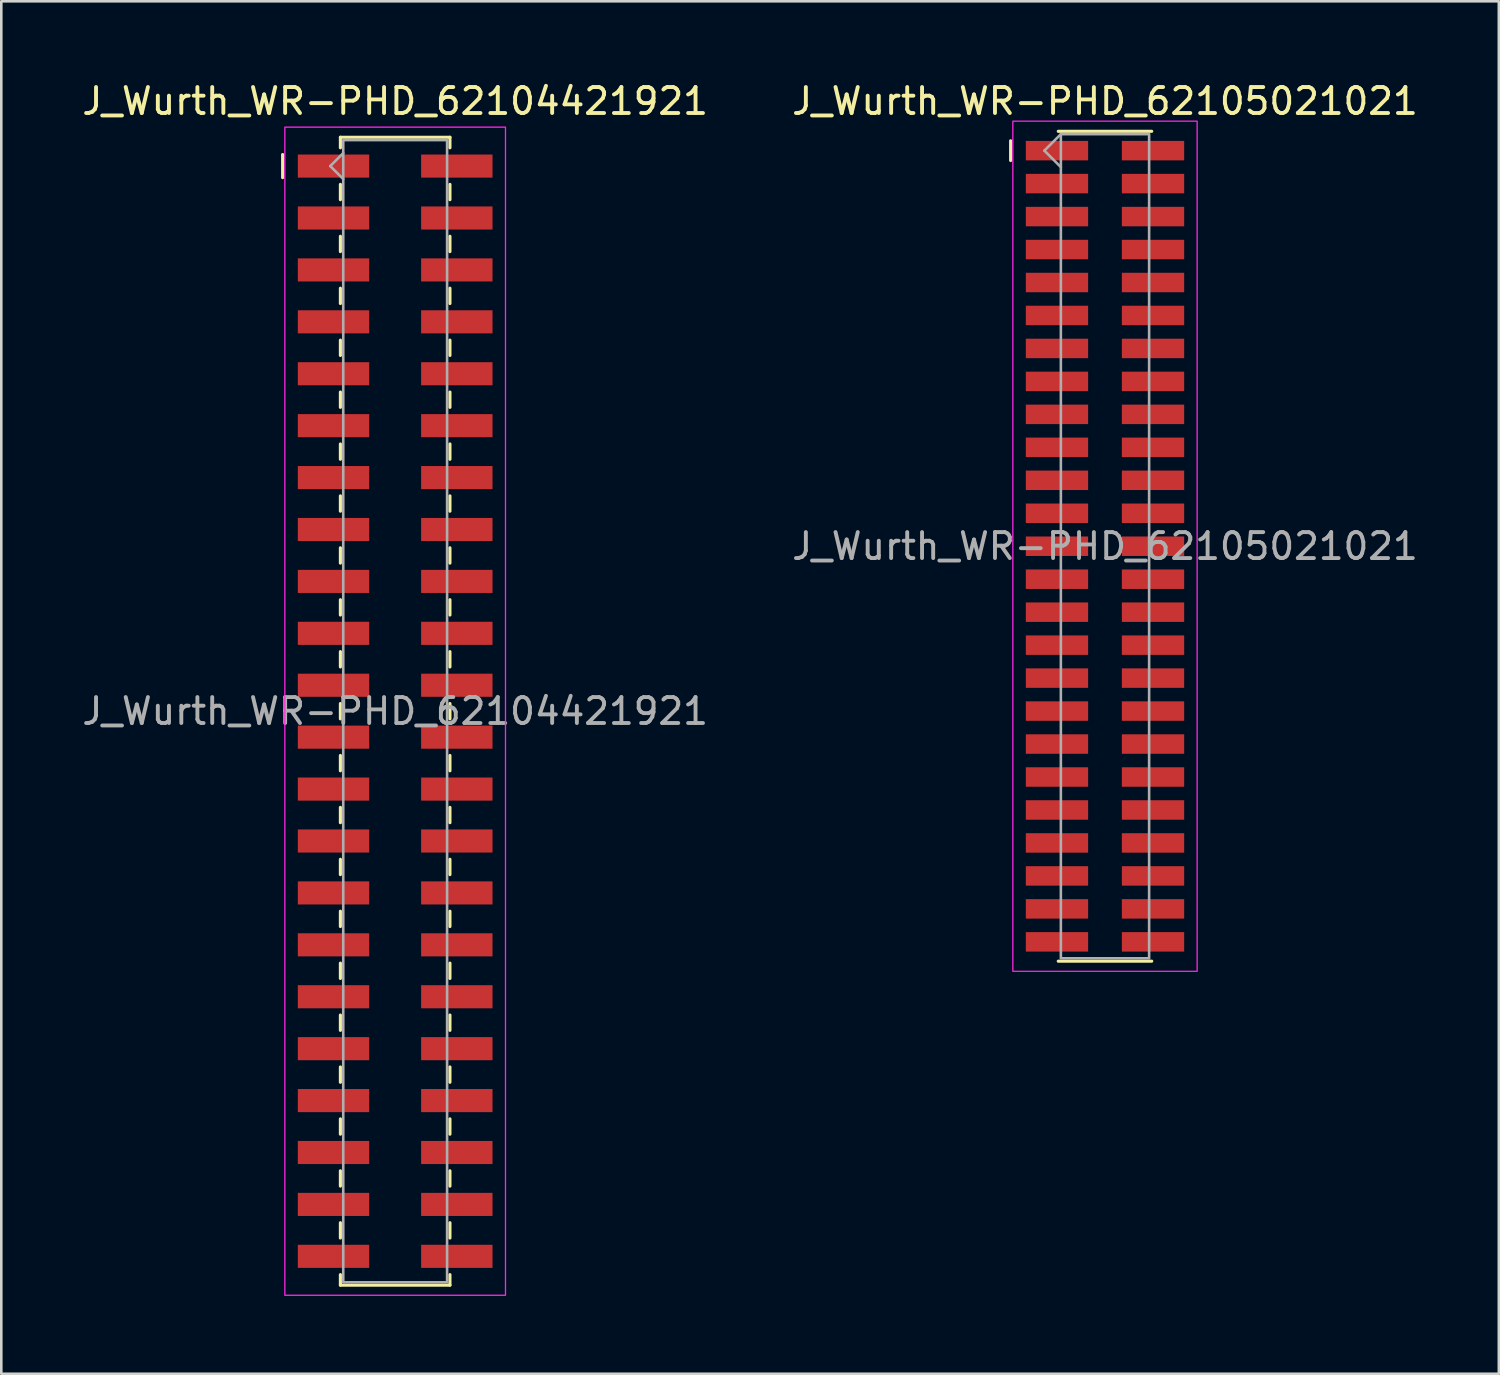
<source format=kicad_pcb>
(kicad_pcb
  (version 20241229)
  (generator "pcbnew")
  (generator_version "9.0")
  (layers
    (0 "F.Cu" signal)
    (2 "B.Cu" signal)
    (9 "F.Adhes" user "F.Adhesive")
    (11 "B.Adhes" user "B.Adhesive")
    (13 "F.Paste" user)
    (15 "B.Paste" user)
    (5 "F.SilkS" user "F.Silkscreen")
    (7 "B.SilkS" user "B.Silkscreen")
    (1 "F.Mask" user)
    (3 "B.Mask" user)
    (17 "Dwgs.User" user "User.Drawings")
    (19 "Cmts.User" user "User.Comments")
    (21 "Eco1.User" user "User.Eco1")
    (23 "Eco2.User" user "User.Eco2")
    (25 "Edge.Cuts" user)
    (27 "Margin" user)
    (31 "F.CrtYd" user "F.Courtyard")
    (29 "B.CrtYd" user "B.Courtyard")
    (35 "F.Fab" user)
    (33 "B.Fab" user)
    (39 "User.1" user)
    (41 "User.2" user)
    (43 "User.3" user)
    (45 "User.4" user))
  (footprint "J_Wurth_WR-PHD_62105021021"
    (layer "F.Cu")
    (at 39.518 17.993)
    (property "Reference" "J_Wurth_WR-PHD_62105021021" (at 0 -17.145 0) (unlocked yes) (layer "F.SilkS") (effects (font (size 1 1) (thickness 0.15))))
    (attr smd)
    (fp_line (start -3.635 -15.62) (end -3.635 -14.86) (stroke (width 0.12) (type solid)) (layer "F.SilkS"))
    (fp_line (start 1.8 -15.985) (end -1.8 -15.985) (stroke (width 0.12) (type solid)) (layer "F.SilkS"))
    (fp_line (start 1.8 15.985) (end -1.8 15.985) (stroke (width 0.12) (type solid)) (layer "F.SilkS"))
    (fp_rect (start -3.55 -16.375) (end 3.55 16.375) (stroke (width 0.05) (type solid)) (fill no) (layer "F.CrtYd"))
    (fp_line (start -2.335 -15.24) (end -1.7 -14.605) (stroke (width 0.1) (type default)) (layer "F.Fab"))
    (fp_line (start -1.7 -15.875) (end -2.335 -15.24) (stroke (width 0.1) (type default)) (layer "F.Fab"))
    (fp_rect (start -1.7 -15.875) (end 1.7 15.875) (stroke (width 0.1) (type solid)) (fill no) (layer "F.Fab"))
    (fp_text user "${REFERENCE}" (at 0 0 0) (unlocked yes) (layer "F.Fab") (effects (font (size 1 1) (thickness 0.15))))
    (pad "1" smd rect (at -1.85 -15.24 270) (size 0.75 2.4) (layers "F.Cu" "F.Mask" "F.Paste"))
    (pad "2" smd rect (at 1.85 -15.24 270) (size 0.75 2.4) (layers "F.Cu" "F.Mask" "F.Paste"))
    (pad "3" smd rect (at -1.85 -13.97 270) (size 0.75 2.4) (layers "F.Cu" "F.Mask" "F.Paste"))
    (pad "4" smd rect (at 1.85 -13.97 270) (size 0.75 2.4) (layers "F.Cu" "F.Mask" "F.Paste"))
    (pad "5" smd rect (at -1.85 -12.7 270) (size 0.75 2.4) (layers "F.Cu" "F.Mask" "F.Paste"))
    (pad "6" smd rect (at 1.85 -12.7 270) (size 0.75 2.4) (layers "F.Cu" "F.Mask" "F.Paste"))
    (pad "7" smd rect (at -1.85 -11.43 270) (size 0.75 2.4) (layers "F.Cu" "F.Mask" "F.Paste"))
    (pad "8" smd rect (at 1.85 -11.43 270) (size 0.75 2.4) (layers "F.Cu" "F.Mask" "F.Paste"))
    (pad "9" smd rect (at -1.85 -10.16 270) (size 0.75 2.4) (layers "F.Cu" "F.Mask" "F.Paste"))
    (pad "10" smd rect (at 1.85 -10.16 270) (size 0.75 2.4) (layers "F.Cu" "F.Mask" "F.Paste"))
    (pad "11" smd rect (at -1.85 -8.89 270) (size 0.75 2.4) (layers "F.Cu" "F.Mask" "F.Paste"))
    (pad "12" smd rect (at 1.85 -8.89 270) (size 0.75 2.4) (layers "F.Cu" "F.Mask" "F.Paste"))
    (pad "13" smd rect (at -1.85 -7.62 270) (size 0.75 2.4) (layers "F.Cu" "F.Mask" "F.Paste"))
    (pad "14" smd rect (at 1.85 -7.62 270) (size 0.75 2.4) (layers "F.Cu" "F.Mask" "F.Paste"))
    (pad "15" smd rect (at -1.85 -6.35 270) (size 0.75 2.4) (layers "F.Cu" "F.Mask" "F.Paste"))
    (pad "16" smd rect (at 1.85 -6.35 270) (size 0.75 2.4) (layers "F.Cu" "F.Mask" "F.Paste"))
    (pad "17" smd rect (at -1.85 -5.08 270) (size 0.75 2.4) (layers "F.Cu" "F.Mask" "F.Paste"))
    (pad "18" smd rect (at 1.85 -5.08 270) (size 0.75 2.4) (layers "F.Cu" "F.Mask" "F.Paste"))
    (pad "19" smd rect (at -1.85 -3.81 270) (size 0.75 2.4) (layers "F.Cu" "F.Mask" "F.Paste"))
    (pad "20" smd rect (at 1.85 -3.81 270) (size 0.75 2.4) (layers "F.Cu" "F.Mask" "F.Paste"))
    (pad "21" smd rect (at -1.85 -2.54 270) (size 0.75 2.4) (layers "F.Cu" "F.Mask" "F.Paste"))
    (pad "22" smd rect (at 1.85 -2.54 270) (size 0.75 2.4) (layers "F.Cu" "F.Mask" "F.Paste"))
    (pad "23" smd rect (at -1.85 -1.27 270) (size 0.75 2.4) (layers "F.Cu" "F.Mask" "F.Paste"))
    (pad "24" smd rect (at 1.85 -1.27 270) (size 0.75 2.4) (layers "F.Cu" "F.Mask" "F.Paste"))
    (pad "25" smd rect (at -1.85 0 270) (size 0.75 2.4) (layers "F.Cu" "F.Mask" "F.Paste"))
    (pad "26" smd rect (at 1.85 0 270) (size 0.75 2.4) (layers "F.Cu" "F.Mask" "F.Paste"))
    (pad "27" smd rect (at -1.85 1.27 270) (size 0.75 2.4) (layers "F.Cu" "F.Mask" "F.Paste"))
    (pad "28" smd rect (at 1.85 1.27 270) (size 0.75 2.4) (layers "F.Cu" "F.Mask" "F.Paste"))
    (pad "29" smd rect (at -1.85 2.54 270) (size 0.75 2.4) (layers "F.Cu" "F.Mask" "F.Paste"))
    (pad "30" smd rect (at 1.85 2.54 270) (size 0.75 2.4) (layers "F.Cu" "F.Mask" "F.Paste"))
    (pad "31" smd rect (at -1.85 3.81 270) (size 0.75 2.4) (layers "F.Cu" "F.Mask" "F.Paste"))
    (pad "32" smd rect (at 1.85 3.81 270) (size 0.75 2.4) (layers "F.Cu" "F.Mask" "F.Paste"))
    (pad "33" smd rect (at -1.85 5.08 270) (size 0.75 2.4) (layers "F.Cu" "F.Mask" "F.Paste"))
    (pad "34" smd rect (at 1.85 5.08 270) (size 0.75 2.4) (layers "F.Cu" "F.Mask" "F.Paste"))
    (pad "35" smd rect (at -1.85 6.35 270) (size 0.75 2.4) (layers "F.Cu" "F.Mask" "F.Paste"))
    (pad "36" smd rect (at 1.85 6.35 270) (size 0.75 2.4) (layers "F.Cu" "F.Mask" "F.Paste"))
    (pad "37" smd rect (at -1.85 7.62 270) (size 0.75 2.4) (layers "F.Cu" "F.Mask" "F.Paste"))
    (pad "38" smd rect (at 1.85 7.62 270) (size 0.75 2.4) (layers "F.Cu" "F.Mask" "F.Paste"))
    (pad "39" smd rect (at -1.85 8.89 270) (size 0.75 2.4) (layers "F.Cu" "F.Mask" "F.Paste"))
    (pad "40" smd rect (at 1.85 8.89 270) (size 0.75 2.4) (layers "F.Cu" "F.Mask" "F.Paste"))
    (pad "41" smd rect (at -1.85 10.16 270) (size 0.75 2.4) (layers "F.Cu" "F.Mask" "F.Paste"))
    (pad "42" smd rect (at 1.85 10.16 270) (size 0.75 2.4) (layers "F.Cu" "F.Mask" "F.Paste"))
    (pad "43" smd rect (at -1.85 11.43 270) (size 0.75 2.4) (layers "F.Cu" "F.Mask" "F.Paste"))
    (pad "44" smd rect (at 1.85 11.43 270) (size 0.75 2.4) (layers "F.Cu" "F.Mask" "F.Paste"))
    (pad "45" smd rect (at -1.85 12.7 270) (size 0.75 2.4) (layers "F.Cu" "F.Mask" "F.Paste"))
    (pad "46" smd rect (at 1.85 12.7 270) (size 0.75 2.4) (layers "F.Cu" "F.Mask" "F.Paste"))
    (pad "47" smd rect (at -1.85 13.97 270) (size 0.75 2.4) (layers "F.Cu" "F.Mask" "F.Paste"))
    (pad "48" smd rect (at 1.85 13.97 270) (size 0.75 2.4) (layers "F.Cu" "F.Mask" "F.Paste"))
    (pad "49" smd rect (at -1.85 15.24 270) (size 0.75 2.4) (layers "F.Cu" "F.Mask" "F.Paste"))
    (pad "50" smd rect (at 1.85 15.24 270) (size 0.75 2.4) (layers "F.Cu" "F.Mask" "F.Paste")))
  (footprint "J_Wurth_WR-PHD_62104421921"
    (layer "F.Cu")
    (at 12.173 24.348)
    (property "Reference" "J_Wurth_WR-PHD_62104421921" (at 0 -23.5 0) (unlocked yes) (layer "F.SilkS") (effects (font (size 1 1) (thickness 0.15))))
    (attr smd)
    (fp_line (start -4.335 -21.445) (end -4.335 -20.555) (stroke (width 0.12) (type solid)) (layer "F.SilkS"))
    (fp_line (start -2.11 -22.11) (end -2.11 -21.705) (stroke (width 0.12) (type solid)) (layer "F.SilkS"))
    (fp_line (start -2.11 -20.295) (end -2.11 -19.705) (stroke (width 0.12) (type solid)) (layer "F.SilkS"))
    (fp_line (start -2.11 -18.295) (end -2.11 -17.705) (stroke (width 0.12) (type solid)) (layer "F.SilkS"))
    (fp_line (start -2.11 -16.295) (end -2.11 -15.705) (stroke (width 0.12) (type solid)) (layer "F.SilkS"))
    (fp_line (start -2.11 -14.295) (end -2.11 -13.705) (stroke (width 0.12) (type solid)) (layer "F.SilkS"))
    (fp_line (start -2.11 -12.295) (end -2.11 -11.705) (stroke (width 0.12) (type solid)) (layer "F.SilkS"))
    (fp_line (start -2.11 -10.295) (end -2.11 -9.705) (stroke (width 0.12) (type solid)) (layer "F.SilkS"))
    (fp_line (start -2.11 -8.295) (end -2.11 -7.705) (stroke (width 0.12) (type solid)) (layer "F.SilkS"))
    (fp_line (start -2.11 -6.295) (end -2.11 -5.705) (stroke (width 0.12) (type solid)) (layer "F.SilkS"))
    (fp_line (start -2.11 -4.295) (end -2.11 -3.705) (stroke (width 0.12) (type solid)) (layer "F.SilkS"))
    (fp_line (start -2.11 -2.295) (end -2.11 -1.705) (stroke (width 0.12) (type solid)) (layer "F.SilkS"))
    (fp_line (start -2.11 -0.295) (end -2.11 0.295) (stroke (width 0.12) (type solid)) (layer "F.SilkS"))
    (fp_line (start -2.11 1.705) (end -2.11 2.295) (stroke (width 0.12) (type solid)) (layer "F.SilkS"))
    (fp_line (start -2.11 3.705) (end -2.11 4.295) (stroke (width 0.12) (type solid)) (layer "F.SilkS"))
    (fp_line (start -2.11 5.705) (end -2.11 6.295) (stroke (width 0.12) (type solid)) (layer "F.SilkS"))
    (fp_line (start -2.11 7.705) (end -2.11 8.295) (stroke (width 0.12) (type solid)) (layer "F.SilkS"))
    (fp_line (start -2.11 9.705) (end -2.11 10.295) (stroke (width 0.12) (type solid)) (layer "F.SilkS"))
    (fp_line (start -2.11 11.705) (end -2.11 12.295) (stroke (width 0.12) (type solid)) (layer "F.SilkS"))
    (fp_line (start -2.11 13.705) (end -2.11 14.295) (stroke (width 0.12) (type solid)) (layer "F.SilkS"))
    (fp_line (start -2.11 15.705) (end -2.11 16.295) (stroke (width 0.12) (type solid)) (layer "F.SilkS"))
    (fp_line (start -2.11 17.705) (end -2.11 18.295) (stroke (width 0.12) (type solid)) (layer "F.SilkS"))
    (fp_line (start -2.11 19.705) (end -2.11 20.295) (stroke (width 0.12) (type solid)) (layer "F.SilkS"))
    (fp_line (start -2.11 21.705) (end -2.11 22.11) (stroke (width 0.12) (type solid)) (layer "F.SilkS"))
    (fp_line (start 2.11 -22.11) (end -2.11 -22.11) (stroke (width 0.12) (type solid)) (layer "F.SilkS"))
    (fp_line (start 2.11 -22.11) (end 2.11 -21.705) (stroke (width 0.12) (type solid)) (layer "F.SilkS"))
    (fp_line (start 2.11 -20.295) (end 2.11 -19.705) (stroke (width 0.12) (type solid)) (layer "F.SilkS"))
    (fp_line (start 2.11 -18.295) (end 2.11 -17.705) (stroke (width 0.12) (type solid)) (layer "F.SilkS"))
    (fp_line (start 2.11 -16.295) (end 2.11 -15.705) (stroke (width 0.12) (type solid)) (layer "F.SilkS"))
    (fp_line (start 2.11 -14.295) (end 2.11 -13.705) (stroke (width 0.12) (type solid)) (layer "F.SilkS"))
    (fp_line (start 2.11 -12.295) (end 2.11 -11.705) (stroke (width 0.12) (type solid)) (layer "F.SilkS"))
    (fp_line (start 2.11 -10.295) (end 2.11 -9.705) (stroke (width 0.12) (type solid)) (layer "F.SilkS"))
    (fp_line (start 2.11 -8.295) (end 2.11 -7.705) (stroke (width 0.12) (type solid)) (layer "F.SilkS"))
    (fp_line (start 2.11 -6.295) (end 2.11 -5.705) (stroke (width 0.12) (type solid)) (layer "F.SilkS"))
    (fp_line (start 2.11 -4.295) (end 2.11 -3.705) (stroke (width 0.12) (type solid)) (layer "F.SilkS"))
    (fp_line (start 2.11 -2.295) (end 2.11 -1.705) (stroke (width 0.12) (type solid)) (layer "F.SilkS"))
    (fp_line (start 2.11 -0.295) (end 2.11 0.295) (stroke (width 0.12) (type solid)) (layer "F.SilkS"))
    (fp_line (start 2.11 1.705) (end 2.11 2.295) (stroke (width 0.12) (type solid)) (layer "F.SilkS"))
    (fp_line (start 2.11 3.705) (end 2.11 4.295) (stroke (width 0.12) (type solid)) (layer "F.SilkS"))
    (fp_line (start 2.11 5.705) (end 2.11 6.295) (stroke (width 0.12) (type solid)) (layer "F.SilkS"))
    (fp_line (start 2.11 7.705) (end 2.11 8.295) (stroke (width 0.12) (type solid)) (layer "F.SilkS"))
    (fp_line (start 2.11 9.705) (end 2.11 10.295) (stroke (width 0.12) (type solid)) (layer "F.SilkS"))
    (fp_line (start 2.11 11.705) (end 2.11 12.295) (stroke (width 0.12) (type solid)) (layer "F.SilkS"))
    (fp_line (start 2.11 13.705) (end 2.11 14.295) (stroke (width 0.12) (type solid)) (layer "F.SilkS"))
    (fp_line (start 2.11 15.705) (end 2.11 16.295) (stroke (width 0.12) (type solid)) (layer "F.SilkS"))
    (fp_line (start 2.11 17.705) (end 2.11 18.295) (stroke (width 0.12) (type solid)) (layer "F.SilkS"))
    (fp_line (start 2.11 19.705) (end 2.11 20.295) (stroke (width 0.12) (type solid)) (layer "F.SilkS"))
    (fp_line (start 2.11 21.705) (end 2.11 22.11) (stroke (width 0.12) (type solid)) (layer "F.SilkS"))
    (fp_line (start 2.11 22.11) (end -2.11 22.11) (stroke (width 0.12) (type solid)) (layer "F.SilkS"))
    (fp_rect (start -4.25 -22.5) (end 4.25 22.5) (stroke (width 0.05) (type solid)) (fill no) (layer "F.CrtYd"))
    (fp_line (start -2.5 -21) (end -2 -20.5) (stroke (width 0.1) (type default)) (layer "F.Fab"))
    (fp_line (start -2 -21.5) (end -2.5 -21) (stroke (width 0.1) (type default)) (layer "F.Fab"))
    (fp_rect (start -2 -22) (end 2 22) (stroke (width 0.1) (type solid)) (fill no) (layer "F.Fab"))
    (fp_text user "${REFERENCE}" (at 0 0 0) (unlocked yes) (layer "F.Fab") (effects (font (size 1 1) (thickness 0.15))))
    (pad "1" smd rect (at -2.375 -21 270) (size 0.89 2.75) (layers "F.Cu" "F.Mask" "F.Paste"))
    (pad "2" smd rect (at 2.375 -21 270) (size 0.89 2.75) (layers "F.Cu" "F.Mask" "F.Paste"))
    (pad "3" smd rect (at -2.375 -19 270) (size 0.89 2.75) (layers "F.Cu" "F.Mask" "F.Paste"))
    (pad "4" smd rect (at 2.375 -19 270) (size 0.89 2.75) (layers "F.Cu" "F.Mask" "F.Paste"))
    (pad "5" smd rect (at -2.375 -17 270) (size 0.89 2.75) (layers "F.Cu" "F.Mask" "F.Paste"))
    (pad "6" smd rect (at 2.375 -17 270) (size 0.89 2.75) (layers "F.Cu" "F.Mask" "F.Paste"))
    (pad "7" smd rect (at -2.375 -15 270) (size 0.89 2.75) (layers "F.Cu" "F.Mask" "F.Paste"))
    (pad "8" smd rect (at 2.375 -15 270) (size 0.89 2.75) (layers "F.Cu" "F.Mask" "F.Paste"))
    (pad "9" smd rect (at -2.375 -13 270) (size 0.89 2.75) (layers "F.Cu" "F.Mask" "F.Paste"))
    (pad "10" smd rect (at 2.375 -13 270) (size 0.89 2.75) (layers "F.Cu" "F.Mask" "F.Paste"))
    (pad "11" smd rect (at -2.375 -11 270) (size 0.89 2.75) (layers "F.Cu" "F.Mask" "F.Paste"))
    (pad "12" smd rect (at 2.375 -11 270) (size 0.89 2.75) (layers "F.Cu" "F.Mask" "F.Paste"))
    (pad "13" smd rect (at -2.375 -9 270) (size 0.89 2.75) (layers "F.Cu" "F.Mask" "F.Paste"))
    (pad "14" smd rect (at 2.375 -9 270) (size 0.89 2.75) (layers "F.Cu" "F.Mask" "F.Paste"))
    (pad "15" smd rect (at -2.375 -7 270) (size 0.89 2.75) (layers "F.Cu" "F.Mask" "F.Paste"))
    (pad "16" smd rect (at 2.375 -7 270) (size 0.89 2.75) (layers "F.Cu" "F.Mask" "F.Paste"))
    (pad "17" smd rect (at -2.375 -5 270) (size 0.89 2.75) (layers "F.Cu" "F.Mask" "F.Paste"))
    (pad "18" smd rect (at 2.375 -5 270) (size 0.89 2.75) (layers "F.Cu" "F.Mask" "F.Paste"))
    (pad "19" smd rect (at -2.375 -3 270) (size 0.89 2.75) (layers "F.Cu" "F.Mask" "F.Paste"))
    (pad "20" smd rect (at 2.375 -3 270) (size 0.89 2.75) (layers "F.Cu" "F.Mask" "F.Paste"))
    (pad "21" smd rect (at -2.375 -1 270) (size 0.89 2.75) (layers "F.Cu" "F.Mask" "F.Paste"))
    (pad "22" smd rect (at 2.375 -1 270) (size 0.89 2.75) (layers "F.Cu" "F.Mask" "F.Paste"))
    (pad "23" smd rect (at -2.375 1 270) (size 0.89 2.75) (layers "F.Cu" "F.Mask" "F.Paste"))
    (pad "24" smd rect (at 2.375 1 270) (size 0.89 2.75) (layers "F.Cu" "F.Mask" "F.Paste"))
    (pad "25" smd rect (at -2.375 3 270) (size 0.89 2.75) (layers "F.Cu" "F.Mask" "F.Paste"))
    (pad "26" smd rect (at 2.375 3 270) (size 0.89 2.75) (layers "F.Cu" "F.Mask" "F.Paste"))
    (pad "27" smd rect (at -2.375 5 270) (size 0.89 2.75) (layers "F.Cu" "F.Mask" "F.Paste"))
    (pad "28" smd rect (at 2.375 5 270) (size 0.89 2.75) (layers "F.Cu" "F.Mask" "F.Paste"))
    (pad "29" smd rect (at -2.375 7 270) (size 0.89 2.75) (layers "F.Cu" "F.Mask" "F.Paste"))
    (pad "30" smd rect (at 2.375 7 270) (size 0.89 2.75) (layers "F.Cu" "F.Mask" "F.Paste"))
    (pad "31" smd rect (at -2.375 9 270) (size 0.89 2.75) (layers "F.Cu" "F.Mask" "F.Paste"))
    (pad "32" smd rect (at 2.375 9 270) (size 0.89 2.75) (layers "F.Cu" "F.Mask" "F.Paste"))
    (pad "33" smd rect (at -2.375 11 270) (size 0.89 2.75) (layers "F.Cu" "F.Mask" "F.Paste"))
    (pad "34" smd rect (at 2.375 11 270) (size 0.89 2.75) (layers "F.Cu" "F.Mask" "F.Paste"))
    (pad "35" smd rect (at -2.375 13 270) (size 0.89 2.75) (layers "F.Cu" "F.Mask" "F.Paste"))
    (pad "36" smd rect (at 2.375 13 270) (size 0.89 2.75) (layers "F.Cu" "F.Mask" "F.Paste"))
    (pad "37" smd rect (at -2.375 15 270) (size 0.89 2.75) (layers "F.Cu" "F.Mask" "F.Paste"))
    (pad "38" smd rect (at 2.375 15 270) (size 0.89 2.75) (layers "F.Cu" "F.Mask" "F.Paste"))
    (pad "39" smd rect (at -2.375 17 270) (size 0.89 2.75) (layers "F.Cu" "F.Mask" "F.Paste"))
    (pad "40" smd rect (at 2.375 17 270) (size 0.89 2.75) (layers "F.Cu" "F.Mask" "F.Paste"))
    (pad "41" smd rect (at -2.375 19 270) (size 0.89 2.75) (layers "F.Cu" "F.Mask" "F.Paste"))
    (pad "42" smd rect (at 2.375 19 270) (size 0.89 2.75) (layers "F.Cu" "F.Mask" "F.Paste"))
    (pad "43" smd rect (at -2.375 21 270) (size 0.89 2.75) (layers "F.Cu" "F.Mask" "F.Paste"))
    (pad "44" smd rect (at 2.375 21 270) (size 0.89 2.75) (layers "F.Cu" "F.Mask" "F.Paste")))
  (gr_rect
    (start -3 -3)
    (end 54.69 49.873)
    (stroke (width 0.1) (type default))
    (fill no)
    (layer "Edge.Cuts")))
</source>
